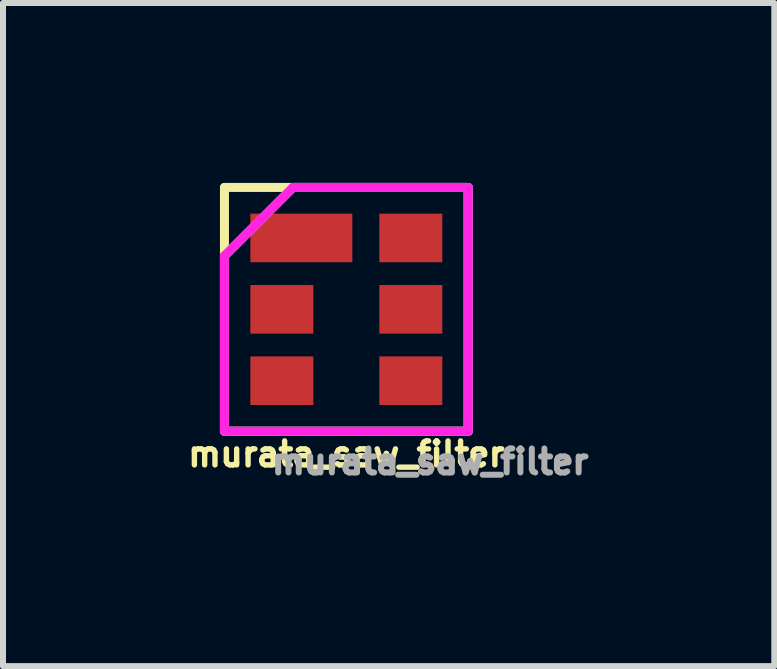
<source format=kicad_pcb>
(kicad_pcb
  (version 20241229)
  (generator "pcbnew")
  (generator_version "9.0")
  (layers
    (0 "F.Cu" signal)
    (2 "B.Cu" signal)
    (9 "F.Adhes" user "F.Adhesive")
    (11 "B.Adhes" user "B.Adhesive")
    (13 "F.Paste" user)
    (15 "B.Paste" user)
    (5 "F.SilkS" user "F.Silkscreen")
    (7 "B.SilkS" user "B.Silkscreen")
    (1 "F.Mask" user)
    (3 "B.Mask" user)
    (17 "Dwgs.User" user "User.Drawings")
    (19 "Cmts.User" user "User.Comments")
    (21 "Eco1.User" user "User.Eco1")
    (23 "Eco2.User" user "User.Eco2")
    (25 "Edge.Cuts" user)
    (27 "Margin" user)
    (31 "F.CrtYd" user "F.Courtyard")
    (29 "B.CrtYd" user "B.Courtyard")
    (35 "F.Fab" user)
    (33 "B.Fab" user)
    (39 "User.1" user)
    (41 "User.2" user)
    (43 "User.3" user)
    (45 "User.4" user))
  (footprint "murata_saw_filter"
    (layer "F.Cu")
    (at 2.724 2.107)
    (property "Reference" "murata_saw_filter" (at 0 2.413 0) (layer "F.SilkS") (effects (font (size 0.4 0.4) (thickness 0.09))))
    (attr through_hole)
    (fp_line (start -2.032 -2.032) (end -2.032 2.032) (stroke (width 0.15) (type solid)) (layer "F.SilkS"))
    (fp_line (start -2.032 2.032) (end 2.032 2.032) (stroke (width 0.15) (type solid)) (layer "F.SilkS"))
    (fp_line (start 0 -2.032) (end -2.032 -2.032) (stroke (width 0.15) (type solid)) (layer "F.SilkS"))
    (fp_line (start 2.032 -2.032) (end 0 -2.032) (stroke (width 0.15) (type solid)) (layer "F.SilkS"))
    (fp_line (start 2.032 2.032) (end 2.032 -2.032) (stroke (width 0.15) (type solid)) (layer "F.SilkS"))
    (fp_line (start -2.032 -0.889) (end -2.032 2.032) (stroke (width 0.15) (type solid)) (layer "F.CrtYd"))
    (fp_line (start -2.032 2.032) (end 2.032 2.032) (stroke (width 0.15) (type solid)) (layer "F.CrtYd"))
    (fp_line (start -0.889 -2.032) (end -2.032 -0.889) (stroke (width 0.15) (type solid)) (layer "F.CrtYd"))
    (fp_line (start 2.032 -2.032) (end -0.889 -2.032) (stroke (width 0.15) (type solid)) (layer "F.CrtYd"))
    (fp_line (start 2.032 2.032) (end 2.032 -2.032) (stroke (width 0.15) (type solid)) (layer "F.CrtYd"))
    (fp_line (start -2.032 -0.889) (end -2.032 2.032) (stroke (width 0.15) (type solid)) (layer "F.Fab"))
    (fp_line (start -2.032 2.032) (end 2.032 2.032) (stroke (width 0.15) (type solid)) (layer "F.Fab"))
    (fp_line (start -0.889 -2.032) (end -2.032 -0.889) (stroke (width 0.15) (type solid)) (layer "F.Fab"))
    (fp_line (start 2.032 -2.032) (end -0.889 -2.032) (stroke (width 0.15) (type solid)) (layer "F.Fab"))
    (fp_line (start 2.032 2.032) (end 2.032 -2.032) (stroke (width 0.15) (type solid)) (layer "F.Fab"))
    (fp_text user "${REFERENCE}" (at 1.397 2.54 0) (layer "F.Fab") (effects (font (size 0.4 0.4) (thickness 0.1))))
    (pad "1" smd rect (at -0.75 -1.19) (size 1.7 0.81) (layers "F.Cu" "F.Mask" "F.Paste"))
    (pad "2" smd rect (at -1.075 0) (size 1.05 0.81) (layers "F.Cu" "F.Mask" "F.Paste"))
    (pad "3" smd rect (at -1.075 1.19) (size 1.05 0.81) (layers "F.Cu" "F.Mask" "F.Paste"))
    (pad "4" smd rect (at 1.075 1.19) (size 1.05 0.81) (layers "F.Cu" "F.Mask" "F.Paste"))
    (pad "5" smd rect (at 1.075 0) (size 1.05 0.81) (layers "F.Cu" "F.Mask" "F.Paste"))
    (pad "6" smd rect (at 1.075 -1.19) (size 1.05 0.81) (layers "F.Cu" "F.Mask" "F.Paste")))
  (gr_rect
    (start -3 -3)
    (end 9.859 8.056)
    (stroke (width 0.1) (type default))
    (fill no)
    (layer "Edge.Cuts")))
</source>
